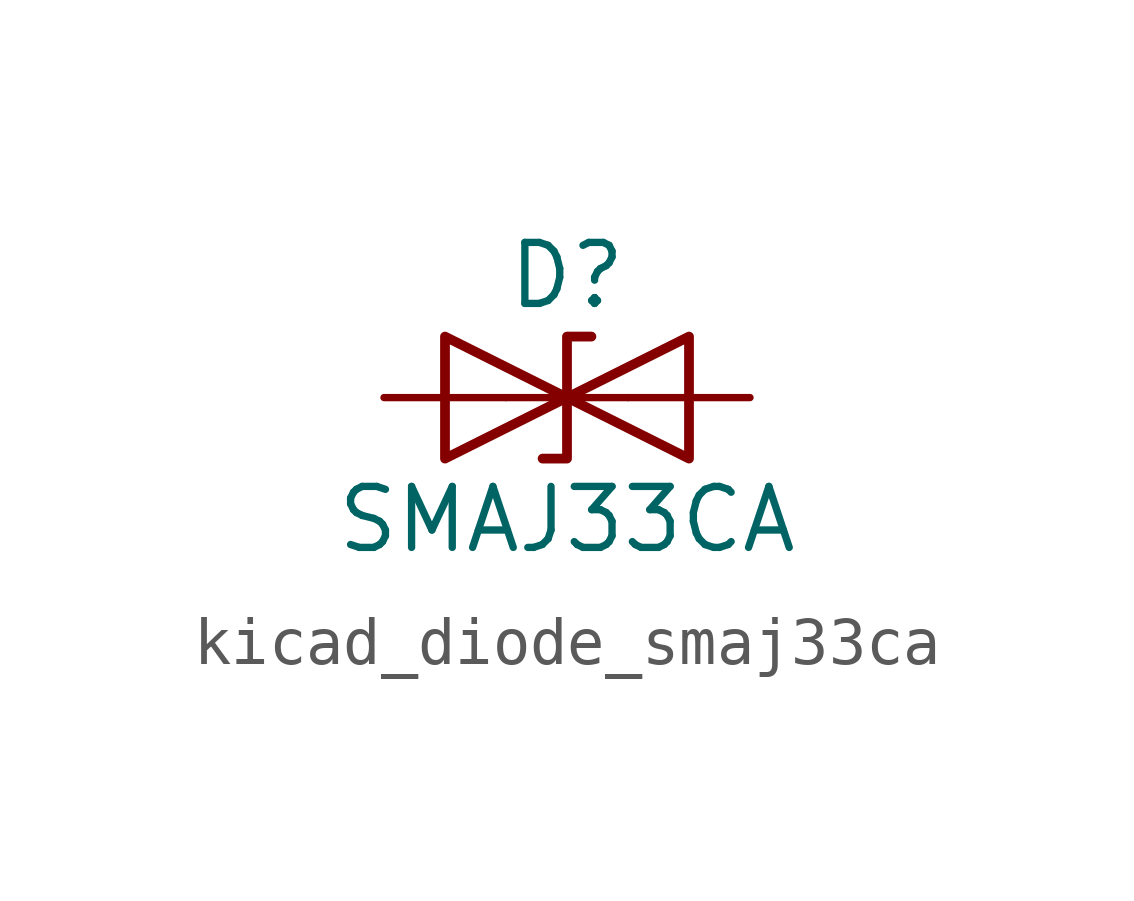
<source format=kicad_sym>
(kicad_symbol_lib
  (version 20220914)
  (generator kicad_symbol_editor)
  (symbol "kicad_diode_smaj33ca"
    (pin_numbers hide)
    (pin_names
      (offset 1.016) hide)
    (property "Reference" "D"
      (at 0 2.54 0)
      (effects (font (size 1.27 1.27))))
    (property "Value" "SMAJ33CA"
      (at 0 -2.54 0)
      (effects (font (size 1.27 1.27))))
    (symbol "kicad_diode_smaj33ca_0_1"
      (polyline (pts (xy 1.27 0) (xy -1.27 0)) (stroke (width 0) (type default)) (fill (type none)))
      (polyline (pts (xy -2.54 -1.27) (xy 0 0) (xy -2.54 1.27) (xy -2.54 -1.27)) (stroke (width 0.203) (type default)) (fill (type none)))
      (polyline (pts (xy 0.508 1.27) (xy 0 1.27) (xy 0 -1.27) (xy -0.508 -1.27)) (stroke (width 0.203) (type default)) (fill (type none)))
      (polyline (pts (xy 2.54 1.27) (xy 2.54 -1.27) (xy 0 0) (xy 2.54 1.27)) (stroke (width 0.203) (type default)) (fill (type none))))
    (symbol "kicad_diode_smaj33ca_1_1"
      (pin passive line (at -3.81 0 0) (length 2.54) (name "A1" (effects (font (size 1.27 1.27)))) (number "1" (effects (font (size 1.27 1.27)))))
      (pin passive line (at 3.81 0 180) (length 2.54) (name "A2" (effects (font (size 1.27 1.27)))) (number "2" (effects (font (size 1.27 1.27))))))))
</source>
